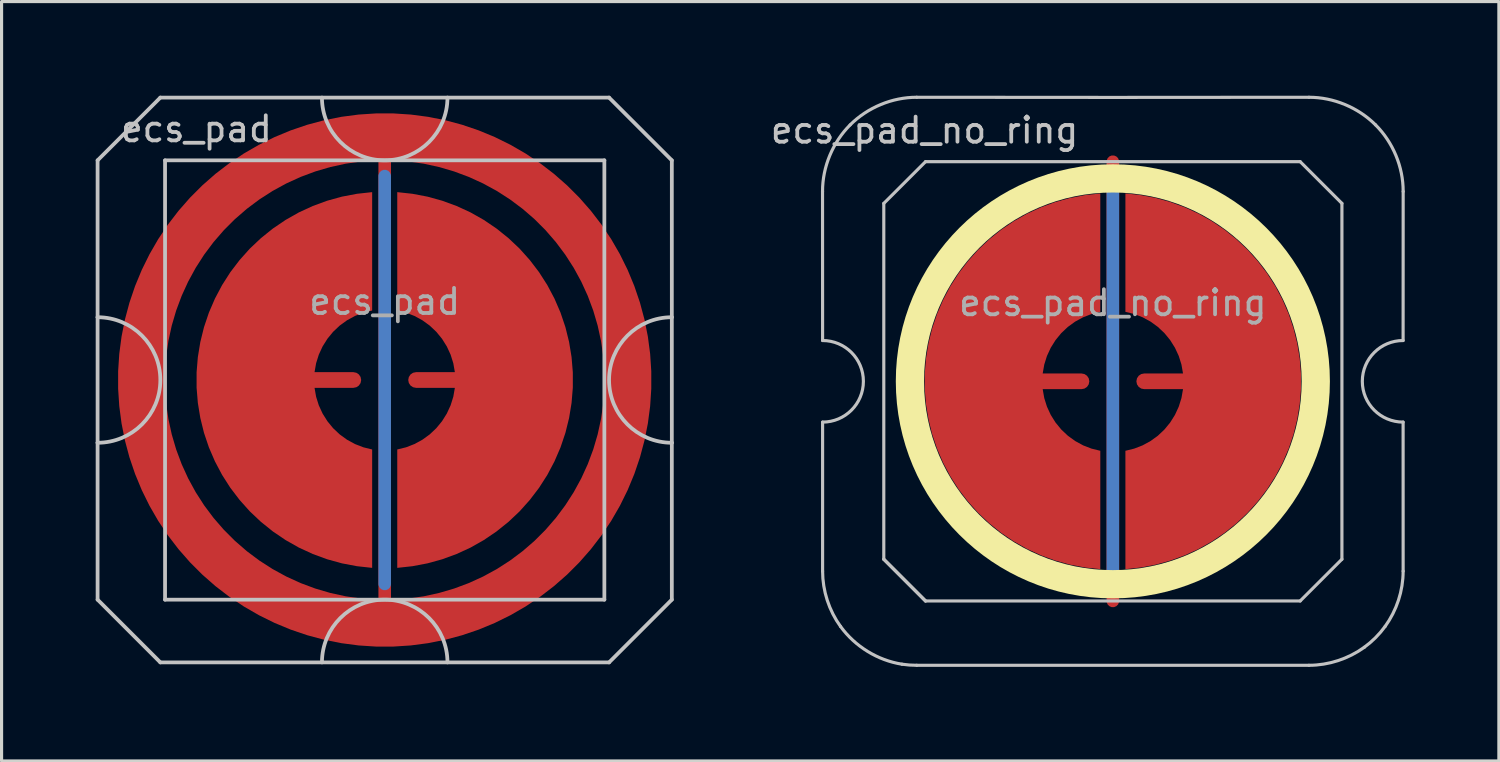
<source format=kicad_pcb>
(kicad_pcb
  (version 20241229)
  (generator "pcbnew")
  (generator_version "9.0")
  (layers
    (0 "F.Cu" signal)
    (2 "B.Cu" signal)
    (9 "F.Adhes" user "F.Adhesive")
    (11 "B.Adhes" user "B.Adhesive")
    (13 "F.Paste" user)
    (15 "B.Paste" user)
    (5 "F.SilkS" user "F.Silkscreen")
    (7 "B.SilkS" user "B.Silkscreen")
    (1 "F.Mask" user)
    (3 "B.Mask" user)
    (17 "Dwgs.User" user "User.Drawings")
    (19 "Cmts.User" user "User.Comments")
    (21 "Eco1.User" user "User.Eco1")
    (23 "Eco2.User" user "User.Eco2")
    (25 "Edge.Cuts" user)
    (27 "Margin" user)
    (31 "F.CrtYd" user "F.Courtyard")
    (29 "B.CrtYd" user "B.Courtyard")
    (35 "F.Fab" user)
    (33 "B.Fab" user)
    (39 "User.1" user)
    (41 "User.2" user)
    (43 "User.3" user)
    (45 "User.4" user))
  (footprint "ecs_pad"
    (layer "F.Cu")
    (at 9.21 9.06)
    (property "Reference" "ecs_pad" (at -6 -8 0) (layer "Dwgs.User") (effects (font (size 0.8 0.8) (thickness 0.12))))
    (attr smd)
    (fp_line (start -9.15 -7) (end -9.15 -2) (stroke (width 0.12) (type solid)) (layer "Dwgs.User"))
    (fp_line (start -9.15 -2) (end -9.15 2) (stroke (width 0.12) (type solid)) (layer "Dwgs.User"))
    (fp_line (start -9.15 2) (end -9.15 7) (stroke (width 0.12) (type solid)) (layer "Dwgs.User"))
    (fp_line (start -9.15 7) (end -7.15 9) (stroke (width 0.12) (type solid)) (layer "Dwgs.User"))
    (fp_line (start -7.15 -9) (end -9.15 -7) (stroke (width 0.12) (type solid)) (layer "Dwgs.User"))
    (fp_line (start -7.15 9) (end 7.15 9) (stroke (width 0.12) (type solid)) (layer "Dwgs.User"))
    (fp_line (start -7 -7) (end -7 7) (stroke (width 0.12) (type solid)) (layer "Dwgs.User"))
    (fp_line (start -7 7) (end 7 7) (stroke (width 0.12) (type solid)) (layer "Dwgs.User"))
    (fp_line (start 7 -7) (end -7 -7) (stroke (width 0.12) (type solid)) (layer "Dwgs.User"))
    (fp_line (start 7 7) (end 7 -7) (stroke (width 0.12) (type solid)) (layer "Dwgs.User"))
    (fp_line (start 7.15 -9) (end -7.15 -9) (stroke (width 0.12) (type solid)) (layer "Dwgs.User"))
    (fp_line (start 7.15 -9) (end 9.15 -7) (stroke (width 0.12) (type solid)) (layer "Dwgs.User"))
    (fp_line (start 7.15 9) (end 9.15 7) (stroke (width 0.12) (type solid)) (layer "Dwgs.User"))
    (fp_line (start 9.15 -2) (end 9.15 -7) (stroke (width 0.12) (type solid)) (layer "Dwgs.User"))
    (fp_line (start 9.15 -2) (end 9.15 2) (stroke (width 0.12) (type solid)) (layer "Dwgs.User"))
    (fp_line (start 9.15 7) (end 9.15 2) (stroke (width 0.12) (type solid)) (layer "Dwgs.User"))
    (fp_arc (start -9.15 -2) (mid -7.15 0) (end -9.15 2) (stroke (width 0.12) (type solid)) (layer "Dwgs.User"))
    (fp_arc (start -2 9) (mid 0 7) (end 2 9) (stroke (width 0.12) (type solid)) (layer "Dwgs.User"))
    (fp_arc (start 2 -9) (mid 0 -7) (end -2 -9) (stroke (width 0.12) (type solid)) (layer "Dwgs.User"))
    (fp_arc (start 9.15 2) (mid 7.15 0) (end 9.15 -2) (stroke (width 0.12) (type solid)) (layer "Dwgs.User"))
    (fp_text user "${REFERENCE}" (at 0 -2.5 0) (layer "F.Fab") (effects (font (size 0.8 0.8) (thickness 0.12))))
    (pad "1" smd custom (at -1 0) (size 0.4 0.4) (layers "F.Cu") (options (anchor circle)) (primitives (gr_poly (pts (xy 0.6 -2.214) (xy 0.32 -2.145) (xy 0.052 -2.041) (xy -0.201 -1.903) (xy -0.434 -1.734) (xy -0.644 -1.536) (xy -0.826 -1.314) (xy -0.979 -1.07) (xy -1.1 -0.808) (xy -1.186 -0.534) (xy -1.236 -0.25) (xy 0 -0.25) (xy 0.096 -0.231) (xy 0.177 -0.177) (xy 0.231 -0.096) (xy 0.25 0) (xy 0.231 0.096) (xy 0.177 0.177) (xy 0.096 0.231) (xy 0 0.25) (xy -1.236 0.25) (xy -1.186 0.534) (xy -1.1 0.808) (xy -0.979 1.07) (xy -0.826 1.314) (xy -0.644 1.536) (xy -0.434 1.734) (xy -0.201 1.903) (xy 0.052 2.041) (xy 0.32 2.145) (xy 0.6 2.214) (xy 0.6 5.987) (xy 0.115 5.934) (xy -0.364 5.843) (xy -0.834 5.713) (xy -1.292 5.545) (xy -1.735 5.341) (xy -2.159 5.101) (xy -2.563 4.827) (xy -2.943 4.522) (xy -3.298 4.187) (xy -3.623 3.824) (xy -3.919 3.436) (xy -4.182 3.025) (xy -4.41 2.594) (xy -4.603 2.147) (xy -4.759 1.684) (xy -4.876 1.211) (xy -4.955 0.73) (xy -4.995 0.244) (xy -4.995 -0.244) (xy -4.955 -0.73) (xy -4.876 -1.211) (xy -4.759 -1.684) (xy -4.603 -2.147) (xy -4.41 -2.594) (xy -4.182 -3.025) (xy -3.919 -3.436) (xy -3.623 -3.824) (xy -3.298 -4.187) (xy -2.943 -4.522) (xy -2.563 -4.827) (xy -2.159 -5.101) (xy -1.735 -5.341) (xy -1.292 -5.545) (xy -0.834 -5.713) (xy -0.364 -5.843) (xy 0.115 -5.934) (xy 0.6 -5.987)) (width 0) (fill yes))))
    (pad "2" smd custom (at 1 0 180) (size 0.4 0.4) (layers "F.Cu") (options (anchor circle)) (primitives (gr_poly (pts (xy 0.6 -2.214) (xy 0.32 -2.145) (xy 0.052 -2.041) (xy -0.201 -1.903) (xy -0.434 -1.734) (xy -0.644 -1.536) (xy -0.826 -1.314) (xy -0.979 -1.07) (xy -1.1 -0.808) (xy -1.186 -0.534) (xy -1.236 -0.25) (xy 0 -0.25) (xy 0.096 -0.231) (xy 0.177 -0.177) (xy 0.231 -0.096) (xy 0.25 0) (xy 0.231 0.096) (xy 0.177 0.177) (xy 0.096 0.231) (xy 0 0.25) (xy -1.236 0.25) (xy -1.186 0.534) (xy -1.1 0.808) (xy -0.979 1.07) (xy -0.826 1.314) (xy -0.644 1.536) (xy -0.434 1.734) (xy -0.201 1.903) (xy 0.052 2.041) (xy 0.32 2.145) (xy 0.6 2.214) (xy 0.6 5.987) (xy 0.115 5.934) (xy -0.364 5.843) (xy -0.834 5.713) (xy -1.292 5.545) (xy -1.735 5.341) (xy -2.159 5.101) (xy -2.563 4.827) (xy -2.943 4.522) (xy -3.298 4.187) (xy -3.623 3.824) (xy -3.919 3.436) (xy -4.182 3.025) (xy -4.41 2.594) (xy -4.603 2.147) (xy -4.759 1.684) (xy -4.876 1.211) (xy -4.955 0.73) (xy -4.995 0.244) (xy -4.995 -0.244) (xy -4.955 -0.73) (xy -4.876 -1.211) (xy -4.759 -1.684) (xy -4.603 -2.147) (xy -4.41 -2.594) (xy -4.182 -3.025) (xy -3.919 -3.436) (xy -3.623 -3.824) (xy -3.298 -4.187) (xy -2.943 -4.522) (xy -2.563 -4.827) (xy -2.159 -5.101) (xy -1.735 -5.341) (xy -1.292 -5.545) (xy -0.834 -5.713) (xy -0.364 -5.843) (xy 0.115 -5.934) (xy 0.6 -5.987)) (width 0) (fill yes))))
    (pad "3" smd custom (at 0 0) (size 0.4 0.4) (layers "B.Cu") (options (anchor rect)) (primitives (gr_line (start 0 -6.5) (end 0 6.5) (width 0.4))))
    (pad "3" smd custom (at 8 0) (size 0.5 0.5) (layers "F.Cu") (options (anchor rect)) (primitives (gr_circle (center -8 0) (end -0.25 0) (width 1.5) (fill no)) (gr_line (start -8 8) (end -8 -8) (width 0.4))))
    (zone (net_name "") (layer "F.Cu") (hatch edge 0.508) (connect_pads) (min_thickness 0.254) (filled_areas_thickness no) (keepout (tracks allowed) (vias allowed) (pads allowed) (copperpour not_allowed) (footprints allowed)) (placement (enabled no)) (fill) (polygon (pts (xy 16.215 9.06) (xy 16.196 8.547) (xy 16.14 8.037) (xy 16.046 7.532) (xy 15.916 7.035) (xy 15.75 6.55) (xy 15.548 6.077) (xy 15.313 5.621) (xy 15.045 5.184) (xy 14.745 4.767) (xy 14.416 4.373) (xy 14.058 4.004) (xy 13.675 3.663) (xy 13.268 3.35) (xy 12.839 3.068) (xy 12.39 2.819) (xy 11.925 2.602) (xy 11.444 2.421) (xy 10.952 2.275) (xy 10.45 2.166) (xy 9.942 2.093) (xy 9.43 2.059) (xy 8.917 2.061) (xy 8.405 2.102) (xy 7.897 2.179) (xy 7.397 2.294) (xy 6.906 2.445) (xy 6.428 2.631) (xy 5.965 2.852) (xy 5.519 3.107) (xy 5.093 3.393) (xy 4.689 3.71) (xy 4.309 4.055) (xy 3.956 4.428) (xy 3.63 4.825) (xy 3.335 5.245) (xy 3.072 5.685) (xy 2.841 6.144) (xy 2.644 6.618) (xy 2.483 7.106) (xy 2.358 7.604) (xy 2.27 8.109) (xy 2.219 8.62) (xy 2.205 9.133) (xy 2.23 9.646) (xy 2.291 10.156) (xy 2.39 10.66) (xy 2.526 11.155) (xy 2.697 11.639) (xy 2.903 12.109) (xy 3.144 12.562) (xy 3.416 12.997) (xy 3.72 13.411) (xy 4.054 13.801) (xy 4.415 14.166) (xy 4.802 14.504) (xy 5.212 14.812) (xy 5.644 15.089) (xy 6.095 15.334) (xy 6.563 15.546) (xy 7.045 15.722) (xy 7.539 15.863) (xy 8.042 15.967) (xy 8.551 16.034) (xy 9.063 16.063) (xy 9.577 16.055) (xy 10.088 16.01) (xy 10.595 15.927) (xy 11.094 15.807) (xy 11.583 15.651) (xy 12.059 15.459) (xy 12.52 15.233) (xy 12.963 14.974) (xy 13.386 14.684) (xy 13.787 14.363) (xy 14.163 14.013) (xy 14.513 13.637) (xy 14.834 13.236) (xy 15.124 12.813) (xy 15.383 12.37) (xy 15.609 11.909) (xy 15.801 11.433) (xy 15.957 10.944) (xy 16.077 10.445) (xy 16.16 9.938) (xy 16.205 9.427))))
    (zone (net_name "") (layer "B.Cu") (hatch edge 0.508) (connect_pads) (min_thickness 0.254) (filled_areas_thickness no) (keepout (tracks allowed) (vias allowed) (pads allowed) (copperpour not_allowed) (footprints allowed)) (placement (enabled no)) (fill) (polygon (pts (xy 15.768 9.06) (xy 15.748 8.545) (xy 15.688 8.034) (xy 15.587 7.529) (xy 15.447 7.033) (xy 15.269 6.55) (xy 15.053 6.083) (xy 14.802 5.633) (xy 14.516 5.205) (xy 14.197 4.801) (xy 13.847 4.423) (xy 13.469 4.073) (xy 13.065 3.754) (xy 12.637 3.468) (xy 12.187 3.217) (xy 11.72 3.001) (xy 11.237 2.823) (xy 10.741 2.683) (xy 10.236 2.582) (xy 9.725 2.522) (xy 9.21 2.502) (xy 8.695 2.522) (xy 8.184 2.582) (xy 7.679 2.683) (xy 7.183 2.823) (xy 6.7 3.001) (xy 6.233 3.217) (xy 5.783 3.468) (xy 5.355 3.754) (xy 4.951 4.073) (xy 4.573 4.423) (xy 4.223 4.801) (xy 3.904 5.205) (xy 3.618 5.633) (xy 3.367 6.083) (xy 3.151 6.55) (xy 2.973 7.033) (xy 2.833 7.529) (xy 2.732 8.034) (xy 2.672 8.545) (xy 2.652 9.06) (xy 2.672 9.575) (xy 2.732 10.086) (xy 2.833 10.591) (xy 2.973 11.087) (xy 3.151 11.57) (xy 3.367 12.037) (xy 3.618 12.487) (xy 3.904 12.915) (xy 4.223 13.319) (xy 4.573 13.697) (xy 4.951 14.047) (xy 5.355 14.366) (xy 5.783 14.652) (xy 6.233 14.903) (xy 6.7 15.119) (xy 7.183 15.297) (xy 7.679 15.437) (xy 8.184 15.538) (xy 8.695 15.598) (xy 9.21 15.618) (xy 9.725 15.598) (xy 10.236 15.538) (xy 10.741 15.437) (xy 11.237 15.297) (xy 11.72 15.119) (xy 12.187 14.903) (xy 12.637 14.652) (xy 13.065 14.366) (xy 13.469 14.047) (xy 13.847 13.697) (xy 14.197 13.319) (xy 14.516 12.915) (xy 14.802 12.487) (xy 15.053 12.037) (xy 15.269 11.57) (xy 15.447 11.087) (xy 15.587 10.591) (xy 15.688 10.086) (xy 15.748 9.575)))))
  (footprint "ecs_pad_no_ring"
    (layer "F.Cu")
    (at 32.415 9.102)
    (property "Reference" "ecs_pad_no_ring" (at -6 -8 0) (layer "Dwgs.User") (effects (font (size 0.8 0.8) (thickness 0.12))))
    (attr smd)
    (fp_circle (center 0 0) (end 6.467 0) (stroke (width 0.9) (type solid)) (fill no) (layer "F.SilkS"))
    (fp_line (start -9.252 -6.05) (end -9.25 -1.3) (stroke (width 0.1) (type solid)) (layer "Dwgs.User"))
    (fp_line (start -9.25 1.3) (end -9.25 6.049) (stroke (width 0.1) (type solid)) (layer "Dwgs.User"))
    (fp_line (start -7.3 -5.67) (end -5.97 -7) (stroke (width 0.1) (type solid)) (layer "Dwgs.User"))
    (fp_line (start -7.3 5.67) (end -7.3 -5.67) (stroke (width 0.1) (type solid)) (layer "Dwgs.User"))
    (fp_line (start -7.3 5.67) (end -5.97 7) (stroke (width 0.1) (type solid)) (layer "Dwgs.User"))
    (fp_line (start -5.97 -7) (end 5.97 -7) (stroke (width 0.1) (type solid)) (layer "Dwgs.User"))
    (fp_line (start -5.97 7) (end -7.3 5.67) (stroke (width 0.1) (type solid)) (layer "Dwgs.User"))
    (fp_line (start 5.97 -7) (end 7.3 -5.67) (stroke (width 0.1) (type solid)) (layer "Dwgs.User"))
    (fp_line (start 5.97 7) (end -5.97 7) (stroke (width 0.1) (type solid)) (layer "Dwgs.User"))
    (fp_line (start 7.3 -5.67) (end 7.3 5.67) (stroke (width 0.1) (type solid)) (layer "Dwgs.User"))
    (fp_line (start 7.3 5.67) (end 5.97 7) (stroke (width 0.1) (type solid)) (layer "Dwgs.User"))
    (fp_line (start 9.25 1.3) (end 9.251 6.049) (stroke (width 0.1) (type solid)) (layer "Dwgs.User"))
    (fp_line (start 9.252 -6.05) (end 9.25 -1.3) (stroke (width 0.1) (type solid)) (layer "Dwgs.User"))
    (fp_arc (start -9.25 -1.3) (mid -7.95 0) (end -9.25 1.3) (stroke (width 0.1) (type solid)) (layer "Dwgs.User"))
    (fp_arc (start 9.25 1.3) (mid 7.95 0) (end 9.25 -1.3) (stroke (width 0.1) (type solid)) (layer "Dwgs.User"))
    (fp_curve (pts (xy -9.25 6.049) (xy -9.25 6.677) (xy -9.046 7.307) (xy -8.677 7.814)) (stroke (width 0.1) (type solid)) (layer "Dwgs.User"))
    (fp_curve (pts (xy -8.677 7.814) (xy -8.215 8.449) (xy -7.496 8.893) (xy -6.72 9.015)) (stroke (width 0.1) (type solid)) (layer "Dwgs.User"))
    (fp_curve (pts (xy -8.372 -8.172) (xy -8.926 -7.618) (xy -9.254 -6.836) (xy -9.252 -6.05)) (stroke (width 0.1) (type solid)) (layer "Dwgs.User"))
    (fp_curve (pts (xy -6.72 9.015) (xy -6.564 9.039) (xy -6.407 9.05) (xy -6.25 9.05)) (stroke (width 0.1) (type solid)) (layer "Dwgs.User"))
    (fp_curve (pts (xy -6.25 9.05) (xy -2.118 9.052) (xy 2.117 9.05) (xy 6.25 9.05)) (stroke (width 0.1) (type solid)) (layer "Dwgs.User"))
    (fp_curve (pts (xy -6.25 -9.052) (xy -7.035 -9.053) (xy -7.817 -8.726) (xy -8.372 -8.172)) (stroke (width 0.1) (type solid)) (layer "Dwgs.User"))
    (fp_curve (pts (xy 6.25 -9.052) (xy 2.116 -9.046) (xy -2.116 -9.046) (xy -6.25 -9.052)) (stroke (width 0.1) (type solid)) (layer "Dwgs.User"))
    (fp_curve (pts (xy 6.25 9.05) (xy 6.878 9.05) (xy 7.504 8.844) (xy 8.013 8.476)) (stroke (width 0.1) (type solid)) (layer "Dwgs.User"))
    (fp_curve (pts (xy 8.013 8.476) (xy 8.267 8.291) (xy 8.492 8.066) (xy 8.676 7.812)) (stroke (width 0.1) (type solid)) (layer "Dwgs.User"))
    (fp_curve (pts (xy 8.372 -8.172) (xy 7.817 -8.726) (xy 7.035 -9.053) (xy 6.25 -9.052)) (stroke (width 0.1) (type solid)) (layer "Dwgs.User"))
    (fp_curve (pts (xy 8.676 7.812) (xy 9.045 7.303) (xy 9.251 6.678) (xy 9.251 6.049)) (stroke (width 0.1) (type solid)) (layer "Dwgs.User"))
    (fp_curve (pts (xy 9.252 -6.05) (xy 9.254 -6.836) (xy 8.926 -7.618) (xy 8.372 -8.172)) (stroke (width 0.1) (type solid)) (layer "Dwgs.User"))
    (fp_text user "${REFERENCE}" (at 0 -2.5 0) (layer "F.Fab") (effects (font (size 0.8 0.8) (thickness 0.12))))
    (pad "1" smd custom (at -1 0) (size 0.4 0.4) (layers "F.Cu") (options (anchor circle)) (primitives (gr_poly (pts (xy 0.6 -2.214) (xy 0.32 -2.145) (xy 0.052 -2.041) (xy -0.201 -1.903) (xy -0.434 -1.734) (xy -0.644 -1.536) (xy -0.826 -1.314) (xy -0.979 -1.07) (xy -1.1 -0.808) (xy -1.186 -0.534) (xy -1.236 -0.25) (xy 0 -0.25) (xy 0.096 -0.231) (xy 0.177 -0.177) (xy 0.231 -0.096) (xy 0.25 0) (xy 0.231 0.096) (xy 0.177 0.177) (xy 0.096 0.231) (xy 0 0.25) (xy -1.236 0.25) (xy -1.186 0.534) (xy -1.1 0.808) (xy -0.979 1.07) (xy -0.826 1.314) (xy -0.644 1.536) (xy -0.434 1.734) (xy -0.201 1.903) (xy 0.052 2.041) (xy 0.32 2.145) (xy 0.6 2.214) (xy 0.6 5.987) (xy 0.115 5.934) (xy -0.364 5.843) (xy -0.834 5.713) (xy -1.292 5.545) (xy -1.735 5.341) (xy -2.159 5.101) (xy -2.563 4.827) (xy -2.943 4.522) (xy -3.298 4.187) (xy -3.623 3.824) (xy -3.919 3.436) (xy -4.182 3.025) (xy -4.41 2.594) (xy -4.603 2.147) (xy -4.759 1.684) (xy -4.876 1.211) (xy -4.955 0.73) (xy -4.995 0.244) (xy -4.995 -0.244) (xy -4.955 -0.73) (xy -4.876 -1.211) (xy -4.759 -1.684) (xy -4.603 -2.147) (xy -4.41 -2.594) (xy -4.182 -3.025) (xy -3.919 -3.436) (xy -3.623 -3.824) (xy -3.298 -4.187) (xy -2.943 -4.522) (xy -2.563 -4.827) (xy -2.159 -5.101) (xy -1.735 -5.341) (xy -1.292 -5.545) (xy -0.834 -5.713) (xy -0.364 -5.843) (xy 0.115 -5.934) (xy 0.6 -5.987)) (width 0) (fill yes))))
    (pad "2" smd custom (at 1 0 180) (size 0.4 0.4) (layers "F.Cu") (options (anchor circle)) (primitives (gr_poly (pts (xy 0.6 -2.214) (xy 0.32 -2.145) (xy 0.052 -2.041) (xy -0.201 -1.903) (xy -0.434 -1.734) (xy -0.644 -1.536) (xy -0.826 -1.314) (xy -0.979 -1.07) (xy -1.1 -0.808) (xy -1.186 -0.534) (xy -1.236 -0.25) (xy 0 -0.25) (xy 0.096 -0.231) (xy 0.177 -0.177) (xy 0.231 -0.096) (xy 0.25 0) (xy 0.231 0.096) (xy 0.177 0.177) (xy 0.096 0.231) (xy 0 0.25) (xy -1.236 0.25) (xy -1.186 0.534) (xy -1.1 0.808) (xy -0.979 1.07) (xy -0.826 1.314) (xy -0.644 1.536) (xy -0.434 1.734) (xy -0.201 1.903) (xy 0.052 2.041) (xy 0.32 2.145) (xy 0.6 2.214) (xy 0.6 5.987) (xy 0.115 5.934) (xy -0.364 5.843) (xy -0.834 5.713) (xy -1.292 5.545) (xy -1.735 5.341) (xy -2.159 5.101) (xy -2.563 4.827) (xy -2.943 4.522) (xy -3.298 4.187) (xy -3.623 3.824) (xy -3.919 3.436) (xy -4.182 3.025) (xy -4.41 2.594) (xy -4.603 2.147) (xy -4.759 1.684) (xy -4.876 1.211) (xy -4.955 0.73) (xy -4.995 0.244) (xy -4.995 -0.244) (xy -4.955 -0.73) (xy -4.876 -1.211) (xy -4.759 -1.684) (xy -4.603 -2.147) (xy -4.41 -2.594) (xy -4.182 -3.025) (xy -3.919 -3.436) (xy -3.623 -3.824) (xy -3.298 -4.187) (xy -2.943 -4.522) (xy -2.563 -4.827) (xy -2.159 -5.101) (xy -1.735 -5.341) (xy -1.292 -5.545) (xy -0.834 -5.713) (xy -0.364 -5.843) (xy 0.115 -5.934) (xy 0.6 -5.987)) (width 0) (fill yes))))
    (pad "3" smd custom (at 0 0) (size 0.4 0.4) (layers "F.Cu") (options (anchor rect)) (primitives (gr_line (start 0 -7) (end 0 7) (width 0.4))))
    (pad "3" smd custom (at 0 0) (size 0.4 0.4) (layers "B.Cu") (options (anchor rect)) (primitives (gr_line (start 0 -6.5) (end 0 6.5) (width 0.4))))
    (zone (net_name "") (layer "F.Cu") (hatch edge 0.508) (connect_pads) (min_thickness 0.254) (filled_areas_thickness no) (keepout (tracks allowed) (vias allowed) (pads allowed) (copperpour not_allowed) (footprints allowed)) (placement (enabled no)) (fill) (polygon (pts (xy 39.42 9.102) (xy 39.401 8.589) (xy 39.345 8.078) (xy 39.251 7.574) (xy 39.121 7.077) (xy 38.955 6.591) (xy 38.753 6.119) (xy 38.518 5.663) (xy 38.25 5.225) (xy 37.95 4.808) (xy 37.621 4.415) (xy 37.264 4.046) (xy 36.88 3.704) (xy 36.473 3.392) (xy 36.044 3.11) (xy 35.595 2.86) (xy 35.13 2.644) (xy 34.65 2.463) (xy 34.157 2.317) (xy 33.656 2.208) (xy 33.147 2.135) (xy 32.635 2.1) (xy 32.122 2.103) (xy 31.61 2.143) (xy 31.103 2.221) (xy 30.602 2.335) (xy 30.112 2.486) (xy 29.633 2.673) (xy 29.17 2.894) (xy 28.724 3.148) (xy 28.298 3.435) (xy 27.894 3.751) (xy 27.514 4.097) (xy 27.161 4.469) (xy 26.836 4.867) (xy 26.54 5.287) (xy 26.277 5.727) (xy 26.046 6.186) (xy 25.85 6.66) (xy 25.688 7.147) (xy 25.563 7.645) (xy 25.475 8.151) (xy 25.424 8.662) (xy 25.411 9.175) (xy 25.435 9.688) (xy 25.497 10.198) (xy 25.595 10.701) (xy 25.731 11.196) (xy 25.902 11.68) (xy 26.109 12.15) (xy 26.349 12.604) (xy 26.622 13.039) (xy 26.926 13.453) (xy 27.259 13.843) (xy 27.62 14.208) (xy 28.007 14.546) (xy 28.417 14.854) (xy 28.849 15.131) (xy 29.301 15.376) (xy 29.768 15.587) (xy 30.251 15.764) (xy 30.744 15.904) (xy 31.247 16.009) (xy 31.756 16.076) (xy 32.269 16.105) (xy 32.782 16.097) (xy 33.293 16.051) (xy 33.8 15.968) (xy 34.299 15.849) (xy 34.788 15.692) (xy 35.264 15.501) (xy 35.725 15.275) (xy 36.169 15.016) (xy 36.592 14.725) (xy 36.992 14.404) (xy 37.368 14.055) (xy 37.718 13.679) (xy 38.039 13.278) (xy 38.33 12.855) (xy 38.589 12.412) (xy 38.815 11.951) (xy 39.006 11.475) (xy 39.162 10.985) (xy 39.282 10.486) (xy 39.365 9.98) (xy 39.411 9.468))))
    (zone (net_name "") (layer "B.Cu") (hatch edge 0.508) (connect_pads) (min_thickness 0.254) (filled_areas_thickness no) (keepout (tracks allowed) (vias allowed) (pads allowed) (copperpour not_allowed) (footprints allowed)) (placement (enabled no)) (fill) (polygon (pts (xy 38.973 9.102) (xy 38.953 8.587) (xy 38.893 8.076) (xy 38.792 7.571) (xy 38.653 7.075) (xy 38.474 6.592) (xy 38.259 6.124) (xy 38.007 5.675) (xy 37.721 5.247) (xy 37.402 4.842) (xy 37.053 4.464) (xy 36.674 4.115) (xy 36.27 3.796) (xy 35.842 3.51) (xy 35.393 3.258) (xy 34.925 3.043) (xy 34.442 2.864) (xy 33.946 2.725) (xy 33.441 2.624) (xy 32.93 2.564) (xy 32.415 2.543) (xy 31.901 2.564) (xy 31.389 2.624) (xy 30.884 2.725) (xy 30.389 2.864) (xy 29.906 3.043) (xy 29.438 3.258) (xy 28.989 3.51) (xy 28.56 3.796) (xy 28.156 4.115) (xy 27.778 4.464) (xy 27.428 4.842) (xy 27.109 5.247) (xy 26.823 5.675) (xy 26.572 6.124) (xy 26.356 6.592) (xy 26.178 7.075) (xy 26.038 7.571) (xy 25.938 8.076) (xy 25.877 8.587) (xy 25.857 9.102) (xy 25.877 9.616) (xy 25.938 10.128) (xy 26.038 10.633) (xy 26.178 11.128) (xy 26.356 11.611) (xy 26.572 12.079) (xy 26.823 12.528) (xy 27.109 12.957) (xy 27.428 13.361) (xy 27.778 13.739) (xy 28.156 14.089) (xy 28.56 14.407) (xy 28.989 14.694) (xy 29.438 14.945) (xy 29.906 15.161) (xy 30.389 15.339) (xy 30.884 15.479) (xy 31.389 15.579) (xy 31.901 15.64) (xy 32.415 15.66) (xy 32.93 15.64) (xy 33.441 15.579) (xy 33.946 15.479) (xy 34.442 15.339) (xy 34.925 15.161) (xy 35.393 14.945) (xy 35.842 14.694) (xy 36.27 14.407) (xy 36.674 14.089) (xy 37.053 13.739) (xy 37.402 13.361) (xy 37.721 12.957) (xy 38.007 12.528) (xy 38.259 12.079) (xy 38.474 11.611) (xy 38.653 11.128) (xy 38.792 10.633) (xy 38.893 10.128) (xy 38.953 9.616)))))
  (gr_rect
    (start -3 -3)
    (end 44.717 21.202)
    (stroke (width 0.1) (type default))
    (fill no)
    (layer "Edge.Cuts")))
</source>
